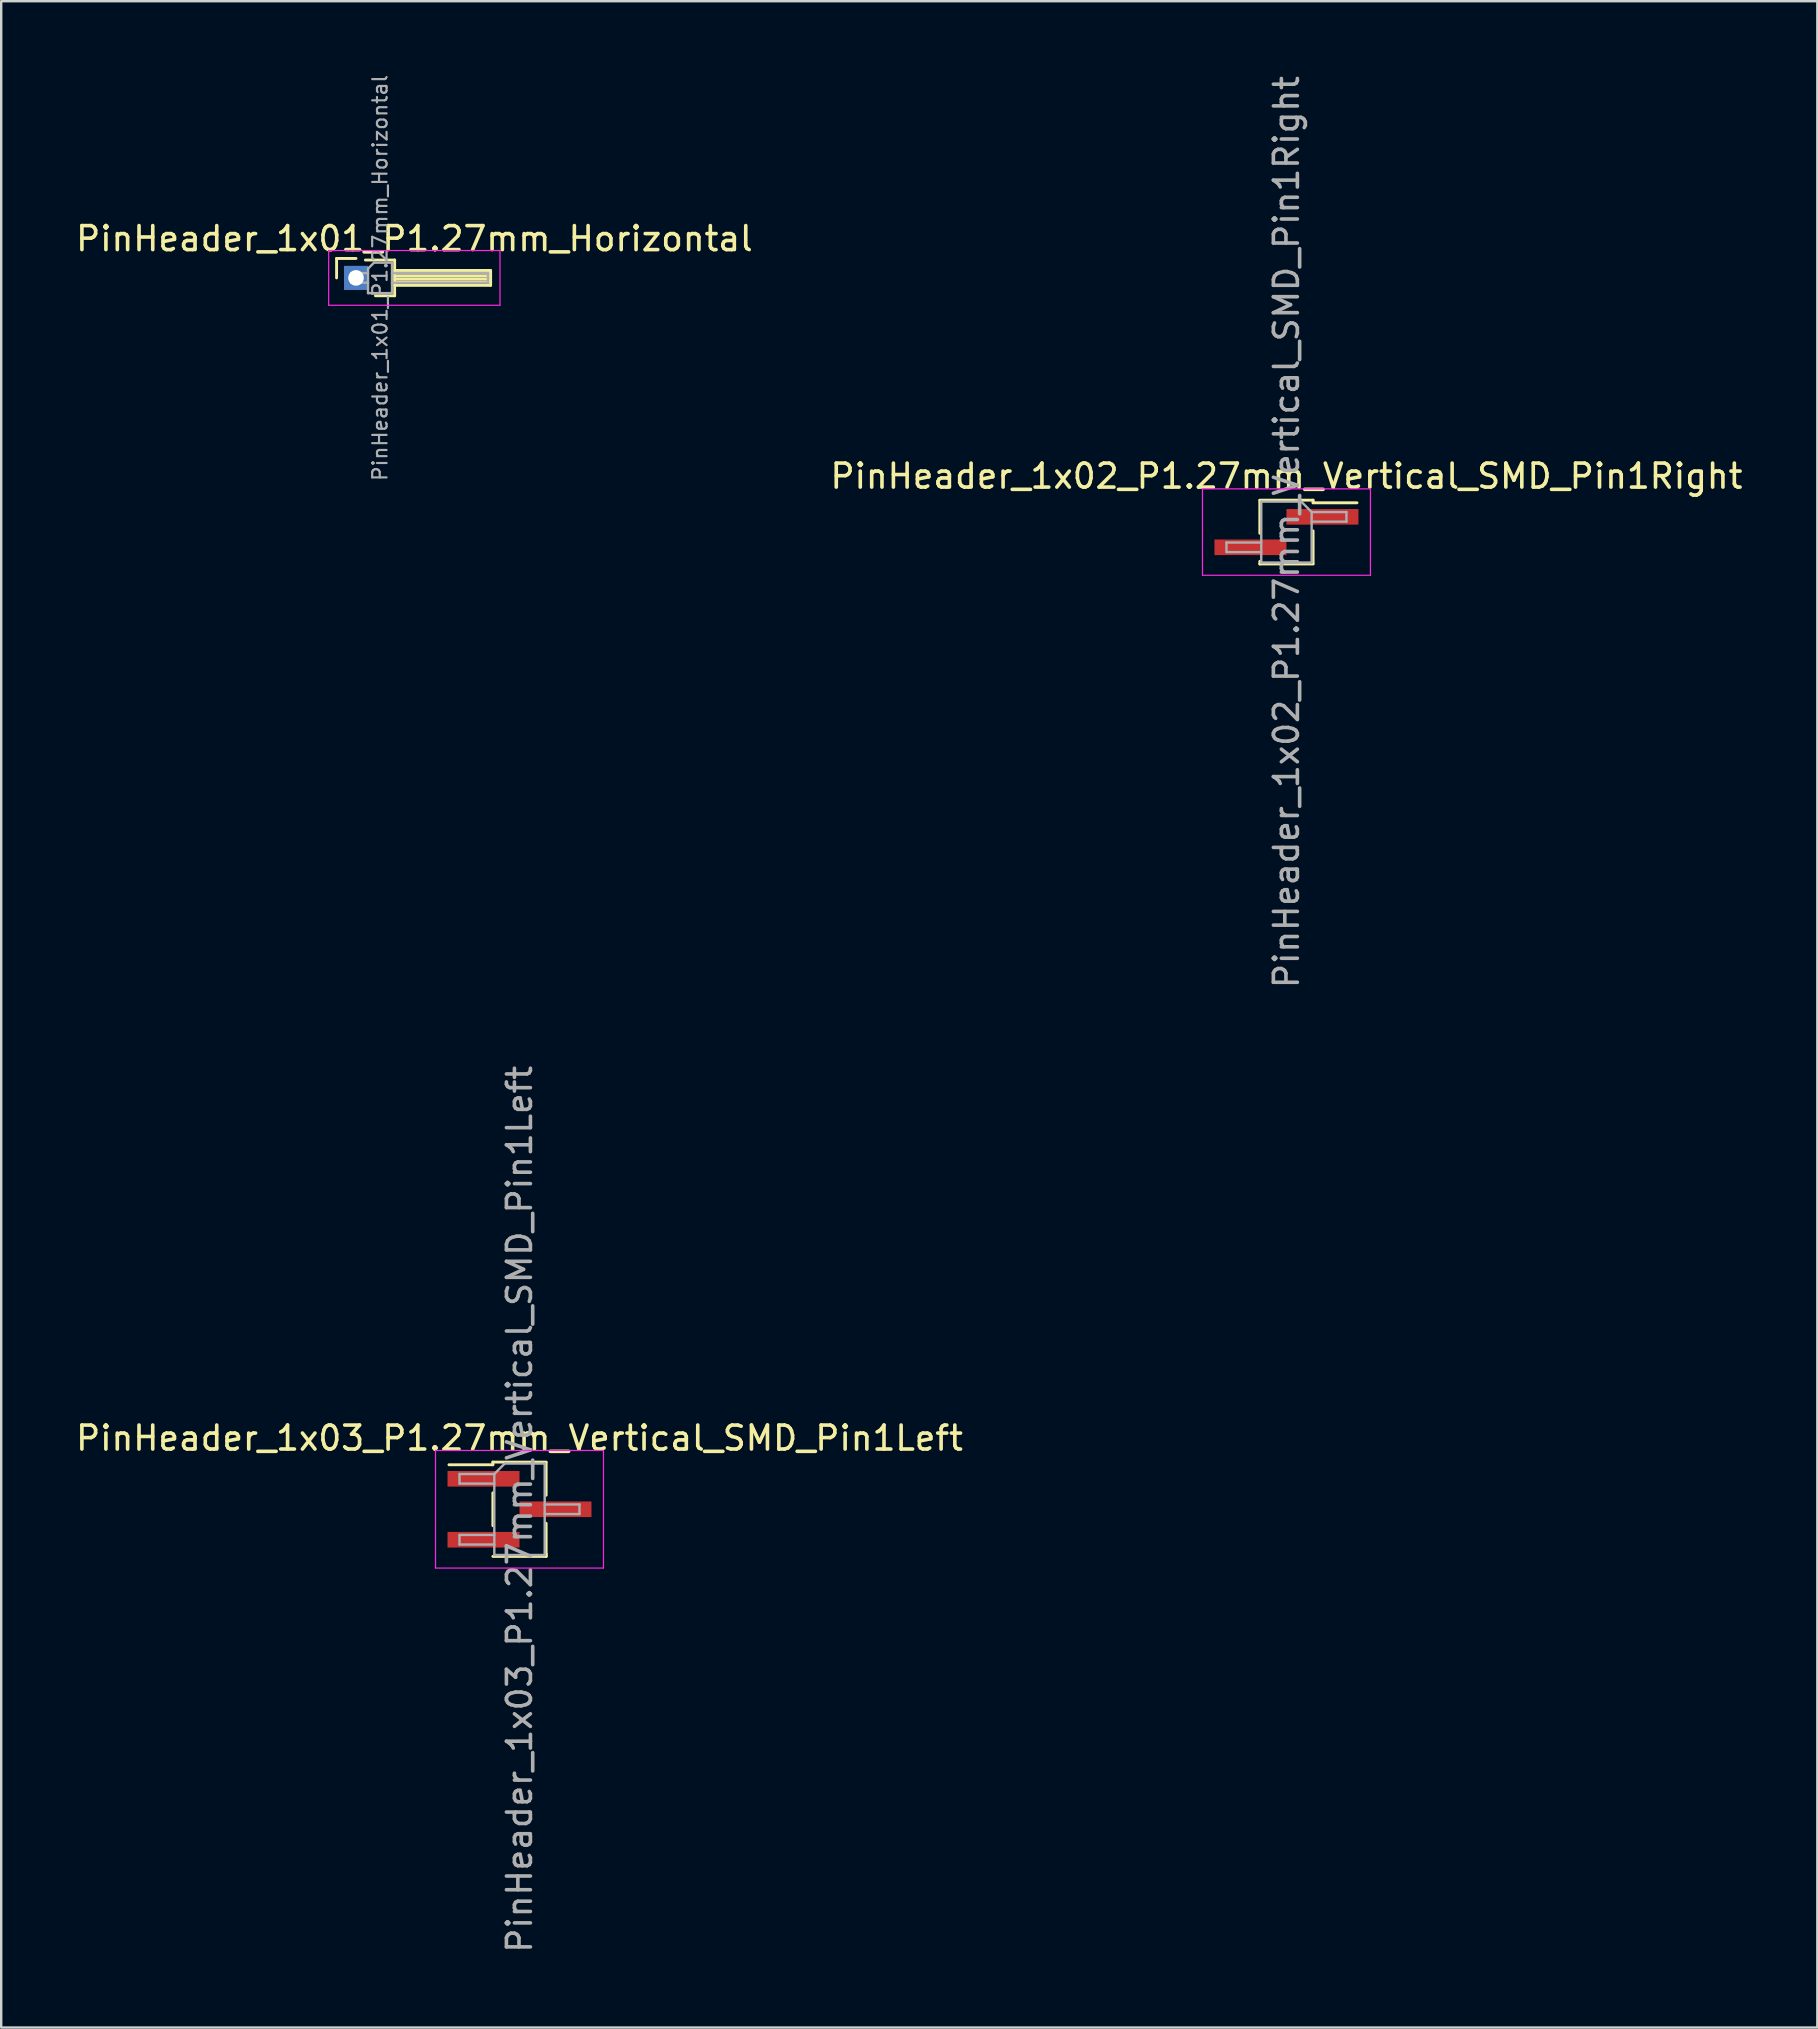
<source format=kicad_pcb>
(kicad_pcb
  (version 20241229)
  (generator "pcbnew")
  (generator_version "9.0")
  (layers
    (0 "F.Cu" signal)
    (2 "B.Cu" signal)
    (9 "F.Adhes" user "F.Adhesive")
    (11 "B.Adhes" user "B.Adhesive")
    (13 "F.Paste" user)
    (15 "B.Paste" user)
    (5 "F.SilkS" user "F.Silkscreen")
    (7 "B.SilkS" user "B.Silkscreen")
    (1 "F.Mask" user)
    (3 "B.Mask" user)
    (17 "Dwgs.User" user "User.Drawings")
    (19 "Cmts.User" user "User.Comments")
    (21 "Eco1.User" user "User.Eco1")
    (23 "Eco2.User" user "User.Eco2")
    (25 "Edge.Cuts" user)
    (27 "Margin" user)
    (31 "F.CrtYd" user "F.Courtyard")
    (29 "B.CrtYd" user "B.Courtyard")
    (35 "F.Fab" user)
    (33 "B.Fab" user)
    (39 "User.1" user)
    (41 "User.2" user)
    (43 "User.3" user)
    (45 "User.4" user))
  (footprint "PinHeader_1x01_P1.27mm_Horizontal"
    (layer "F.Cu")
    (at 11.788 8.532)
    (property "Reference" "PinHeader_1x01_P1.27mm_Horizontal" (at 2.433 -1.635 0) (layer "F.SilkS") (effects (font (size 1 1) (thickness 0.15))))
    (attr through_hole)
    (fp_line (start -0.81 -0.81) (end 0 -0.81) (stroke (width 0.12) (type solid)) (layer "F.SilkS"))
    (fp_line (start -0.81 0) (end -0.81 -0.81) (stroke (width 0.12) (type solid)) (layer "F.SilkS"))
    (fp_line (start 0.39 -0.745) (end 1.61 -0.745) (stroke (width 0.12) (type solid)) (layer "F.SilkS"))
    (fp_line (start 1.61 -0.745) (end 1.61 0.745) (stroke (width 0.12) (type solid)) (layer "F.SilkS"))
    (fp_line (start 1.61 -0.31) (end 5.61 -0.31) (stroke (width 0.12) (type solid)) (layer "F.SilkS"))
    (fp_line (start 1.61 -0.2) (end 5.61 -0.2) (stroke (width 0.12) (type solid)) (layer "F.SilkS"))
    (fp_line (start 1.61 -0.08) (end 5.61 -0.08) (stroke (width 0.12) (type solid)) (layer "F.SilkS"))
    (fp_line (start 1.61 0.04) (end 5.61 0.04) (stroke (width 0.12) (type solid)) (layer "F.SilkS"))
    (fp_line (start 1.61 0.16) (end 5.61 0.16) (stroke (width 0.12) (type solid)) (layer "F.SilkS"))
    (fp_line (start 1.61 0.745) (end 0.81 0.745) (stroke (width 0.12) (type solid)) (layer "F.SilkS"))
    (fp_line (start 5.61 -0.31) (end 5.61 0.31) (stroke (width 0.12) (type solid)) (layer "F.SilkS"))
    (fp_line (start 5.61 0.31) (end 1.61 0.31) (stroke (width 0.12) (type solid)) (layer "F.SilkS"))
    (fp_line (start -1.14 -1.14) (end -1.14 1.14) (stroke (width 0.05) (type solid)) (layer "F.CrtYd"))
    (fp_line (start -1.14 1.14) (end 6 1.14) (stroke (width 0.05) (type solid)) (layer "F.CrtYd"))
    (fp_line (start 6 -1.14) (end -1.14 -1.14) (stroke (width 0.05) (type solid)) (layer "F.CrtYd"))
    (fp_line (start 6 1.14) (end 6 -1.14) (stroke (width 0.05) (type solid)) (layer "F.CrtYd"))
    (fp_line (start -0.2 -0.2) (end -0.2 0.2) (stroke (width 0.1) (type solid)) (layer "F.Fab"))
    (fp_line (start -0.2 -0.2) (end 0.5 -0.2) (stroke (width 0.1) (type solid)) (layer "F.Fab"))
    (fp_line (start -0.2 0.2) (end 0.5 0.2) (stroke (width 0.1) (type solid)) (layer "F.Fab"))
    (fp_line (start 0.5 -0.385) (end 0.75 -0.635) (stroke (width 0.1) (type solid)) (layer "F.Fab"))
    (fp_line (start 0.5 0.635) (end 0.5 -0.385) (stroke (width 0.1) (type solid)) (layer "F.Fab"))
    (fp_line (start 0.75 -0.635) (end 1.5 -0.635) (stroke (width 0.1) (type solid)) (layer "F.Fab"))
    (fp_line (start 1.5 -0.635) (end 1.5 0.635) (stroke (width 0.1) (type solid)) (layer "F.Fab"))
    (fp_line (start 1.5 -0.2) (end 5.5 -0.2) (stroke (width 0.1) (type solid)) (layer "F.Fab"))
    (fp_line (start 1.5 0.2) (end 5.5 0.2) (stroke (width 0.1) (type solid)) (layer "F.Fab"))
    (fp_line (start 1.5 0.635) (end 0.5 0.635) (stroke (width 0.1) (type solid)) (layer "F.Fab"))
    (fp_line (start 5.5 -0.2) (end 5.5 0.2) (stroke (width 0.1) (type solid)) (layer "F.Fab"))
    (fp_text user "${REFERENCE}" (at 1 0 90) (layer "F.Fab") (effects (font (size 0.6 0.6) (thickness 0.09))))
    (pad "1" thru_hole rect (at 0 0) (size 1 1) (drill 0.65) (layers "*.Cu" "*.Mask")))
  (footprint "PinHeader_1x02_P1.27mm_Vertical_SMD_Pin1Right"
    (layer "F.Cu")
    (at 50.565 19.125)
    (property "Reference" "PinHeader_1x02_P1.27mm_Vertical_SMD_Pin1Right" (at 0 -2.33 0) (layer "F.SilkS") (effects (font (size 1 1) (thickness 0.15))))
    (attr smd)
    (fp_line (start -1.11 -1.33) (end 1.11 -1.33) (stroke (width 0.12) (type solid)) (layer "F.SilkS"))
    (fp_line (start -1.11 -1.32) (end -1.11 0.05) (stroke (width 0.12) (type solid)) (layer "F.SilkS"))
    (fp_line (start -1.11 1.22) (end -1.11 1.33) (stroke (width 0.12) (type solid)) (layer "F.SilkS"))
    (fp_line (start -1.11 1.33) (end 1.11 1.33) (stroke (width 0.12) (type solid)) (layer "F.SilkS"))
    (fp_line (start 1.11 -1.33) (end 1.11 -1.22) (stroke (width 0.12) (type solid)) (layer "F.SilkS"))
    (fp_line (start 1.11 -1.22) (end 2.94 -1.22) (stroke (width 0.12) (type solid)) (layer "F.SilkS"))
    (fp_line (start 1.11 -0.05) (end 1.11 1.32) (stroke (width 0.12) (type solid)) (layer "F.SilkS"))
    (fp_line (start -3.5 -1.8) (end -3.5 1.8) (stroke (width 0.05) (type solid)) (layer "F.CrtYd"))
    (fp_line (start -3.5 1.8) (end 3.5 1.8) (stroke (width 0.05) (type solid)) (layer "F.CrtYd"))
    (fp_line (start 3.5 -1.8) (end -3.5 -1.8) (stroke (width 0.05) (type solid)) (layer "F.CrtYd"))
    (fp_line (start 3.5 1.8) (end 3.5 -1.8) (stroke (width 0.05) (type solid)) (layer "F.CrtYd"))
    (fp_line (start -2.5 0.435) (end -2.5 0.835) (stroke (width 0.1) (type solid)) (layer "F.Fab"))
    (fp_line (start -2.5 0.835) (end -1.05 0.835) (stroke (width 0.1) (type solid)) (layer "F.Fab"))
    (fp_line (start -1.05 -1.27) (end -1.05 1.27) (stroke (width 0.1) (type solid)) (layer "F.Fab"))
    (fp_line (start -1.05 -1.27) (end 0.615 -1.27) (stroke (width 0.1) (type solid)) (layer "F.Fab"))
    (fp_line (start -1.05 0.435) (end -2.5 0.435) (stroke (width 0.1) (type solid)) (layer "F.Fab"))
    (fp_line (start 1.05 -0.835) (end 0.615 -1.27) (stroke (width 0.1) (type solid)) (layer "F.Fab"))
    (fp_line (start 1.05 -0.835) (end 2.5 -0.835) (stroke (width 0.1) (type solid)) (layer "F.Fab"))
    (fp_line (start 1.05 1.27) (end -1.05 1.27) (stroke (width 0.1) (type solid)) (layer "F.Fab"))
    (fp_line (start 1.05 1.27) (end 1.05 -0.835) (stroke (width 0.1) (type solid)) (layer "F.Fab"))
    (fp_line (start 2.5 -0.835) (end 2.5 -0.435) (stroke (width 0.1) (type solid)) (layer "F.Fab"))
    (fp_line (start 2.5 -0.435) (end 1.05 -0.435) (stroke (width 0.1) (type solid)) (layer "F.Fab"))
    (fp_text user "${REFERENCE}" (at 0 0 90) (layer "F.Fab") (effects (font (size 1 1) (thickness 0.15))))
    (pad "1" smd rect (at 1.5 -0.635) (size 3 0.65) (layers "F.Cu" "F.Mask" "F.Paste"))
    (pad "2" smd rect (at -1.5 0.635) (size 3 0.65) (layers "F.Cu" "F.Mask" "F.Paste")))
  (footprint "PinHeader_1x03_P1.27mm_Vertical_SMD_Pin1Left"
    (layer "F.Cu")
    (at 18.601 59.851)
    (property "Reference" "PinHeader_1x03_P1.27mm_Vertical_SMD_Pin1Left" (at 0 -2.965 0) (layer "F.SilkS") (effects (font (size 1 1) (thickness 0.15))))
    (attr smd)
    (fp_line (start -1.11 -1.965) (end -1.11 -1.855) (stroke (width 0.12) (type solid)) (layer "F.SilkS"))
    (fp_line (start -1.11 -1.965) (end 1.11 -1.965) (stroke (width 0.12) (type solid)) (layer "F.SilkS"))
    (fp_line (start -1.11 -1.855) (end -2.94 -1.855) (stroke (width 0.12) (type solid)) (layer "F.SilkS"))
    (fp_line (start -1.11 -0.685) (end -1.11 0.685) (stroke (width 0.12) (type solid)) (layer "F.SilkS"))
    (fp_line (start -1.11 1.965) (end 1.11 1.965) (stroke (width 0.12) (type solid)) (layer "F.SilkS"))
    (fp_line (start 1.11 -1.955) (end 1.11 -0.585) (stroke (width 0.12) (type solid)) (layer "F.SilkS"))
    (fp_line (start 1.11 0.585) (end 1.11 1.955) (stroke (width 0.12) (type solid)) (layer "F.SilkS"))
    (fp_line (start 1.11 1.855) (end 1.11 1.965) (stroke (width 0.12) (type solid)) (layer "F.SilkS"))
    (fp_line (start -3.5 -2.45) (end -3.5 2.45) (stroke (width 0.05) (type solid)) (layer "F.CrtYd"))
    (fp_line (start -3.5 2.45) (end 3.5 2.45) (stroke (width 0.05) (type solid)) (layer "F.CrtYd"))
    (fp_line (start 3.5 -2.45) (end -3.5 -2.45) (stroke (width 0.05) (type solid)) (layer "F.CrtYd"))
    (fp_line (start 3.5 2.45) (end 3.5 -2.45) (stroke (width 0.05) (type solid)) (layer "F.CrtYd"))
    (fp_line (start -2.5 -1.47) (end -2.5 -1.07) (stroke (width 0.1) (type solid)) (layer "F.Fab"))
    (fp_line (start -2.5 -1.07) (end -1.05 -1.07) (stroke (width 0.1) (type solid)) (layer "F.Fab"))
    (fp_line (start -2.5 1.07) (end -2.5 1.47) (stroke (width 0.1) (type solid)) (layer "F.Fab"))
    (fp_line (start -2.5 1.47) (end -1.05 1.47) (stroke (width 0.1) (type solid)) (layer "F.Fab"))
    (fp_line (start -1.05 -1.47) (end -2.5 -1.47) (stroke (width 0.1) (type solid)) (layer "F.Fab"))
    (fp_line (start -1.05 -1.47) (end -0.615 -1.905) (stroke (width 0.1) (type solid)) (layer "F.Fab"))
    (fp_line (start -1.05 1.07) (end -2.5 1.07) (stroke (width 0.1) (type solid)) (layer "F.Fab"))
    (fp_line (start -1.05 1.905) (end -1.05 -1.47) (stroke (width 0.1) (type solid)) (layer "F.Fab"))
    (fp_line (start -0.615 -1.905) (end 1.05 -1.905) (stroke (width 0.1) (type solid)) (layer "F.Fab"))
    (fp_line (start 1.05 -1.905) (end 1.05 1.905) (stroke (width 0.1) (type solid)) (layer "F.Fab"))
    (fp_line (start 1.05 -0.2) (end 2.5 -0.2) (stroke (width 0.1) (type solid)) (layer "F.Fab"))
    (fp_line (start 1.05 1.905) (end -1.05 1.905) (stroke (width 0.1) (type solid)) (layer "F.Fab"))
    (fp_line (start 2.5 -0.2) (end 2.5 0.2) (stroke (width 0.1) (type solid)) (layer "F.Fab"))
    (fp_line (start 2.5 0.2) (end 1.05 0.2) (stroke (width 0.1) (type solid)) (layer "F.Fab"))
    (fp_text user "${REFERENCE}" (at 0 0 90) (layer "F.Fab") (effects (font (size 1 1) (thickness 0.15))))
    (pad "1" smd rect (at -1.5 -1.27) (size 3 0.65) (layers "F.Cu" "F.Mask" "F.Paste"))
    (pad "2" smd rect (at 1.5 0) (size 3 0.65) (layers "F.Cu" "F.Mask" "F.Paste"))
    (pad "3" smd rect (at -1.5 1.27) (size 3 0.65) (layers "F.Cu" "F.Mask" "F.Paste")))
  (gr_rect
    (start -3 -3)
    (end 72.69 81.452)
    (stroke (width 0.1) (type default))
    (fill no)
    (layer "Edge.Cuts")))
</source>
